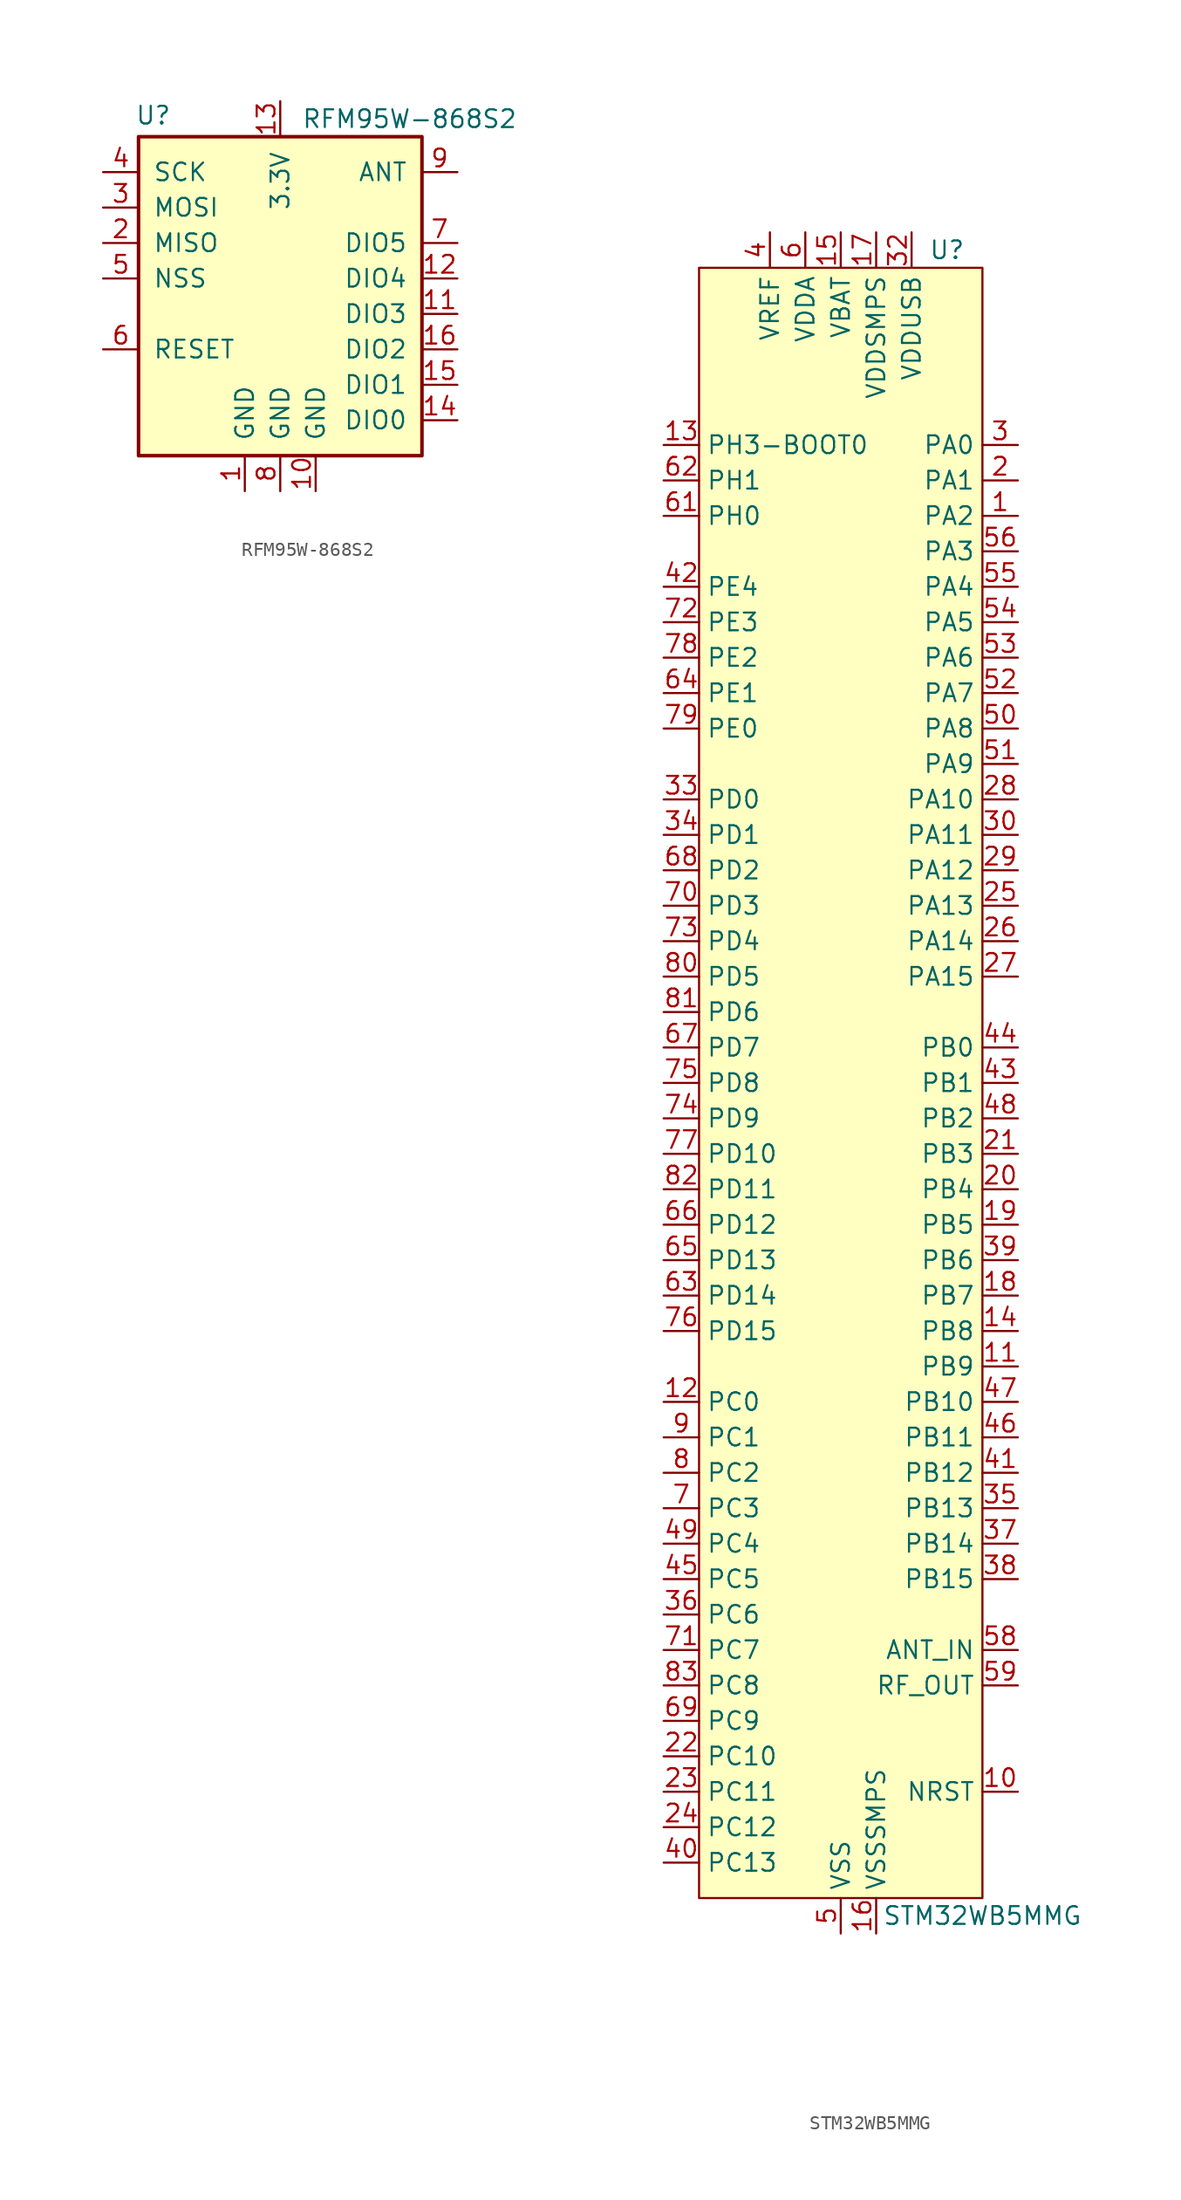
<source format=kicad_sym>
(kicad_symbol_lib
  (version 20231120)
  (generator "kicad_symbol_editor")
  (generator_version "8.0")
  (symbol "RFM95W-868S2"
    (pin_names
      (offset 1.016))
    (property "Reference" "U"
      (at -10.414 11.684 0)
      (effects (font (size 1.27 1.27)) (justify left)))
    (property "Value" "RFM95W-868S2"
      (at 1.524 11.43 0)
      (effects (font (size 1.27 1.27)) (justify left)))
    (symbol "RFM95W-868S2_0_1"
      (rectangle (start -10.16 10.16) (end 10.16 -12.7) (stroke (width 0.254) (type default)) (fill (type background))))
    (symbol "RFM95W-868S2_1_1"
      (pin power_in line (at -2.54 -15.24 90) (length 2.54) (name "GND" (effects (font (size 1.27 1.27)))) (number "1" (effects (font (size 1.27 1.27)))))
      (pin power_in line (at 2.54 -15.24 90) (length 2.54) (name "GND" (effects (font (size 1.27 1.27)))) (number "10" (effects (font (size 1.27 1.27)))))
      (pin bidirectional line (at 12.7 -2.54 180) (length 2.54) (name "DIO3" (effects (font (size 1.27 1.27)))) (number "11" (effects (font (size 1.27 1.27)))))
      (pin bidirectional line (at 12.7 0 180) (length 2.54) (name "DIO4" (effects (font (size 1.27 1.27)))) (number "12" (effects (font (size 1.27 1.27)))))
      (pin power_in line (at 0 12.7 270) (length 2.54) (name "3.3V" (effects (font (size 1.27 1.27)))) (number "13" (effects (font (size 1.27 1.27)))))
      (pin bidirectional line (at 12.7 -10.16 180) (length 2.54) (name "DIO0" (effects (font (size 1.27 1.27)))) (number "14" (effects (font (size 1.27 1.27)))))
      (pin bidirectional line (at 12.7 -7.62 180) (length 2.54) (name "DIO1" (effects (font (size 1.27 1.27)))) (number "15" (effects (font (size 1.27 1.27)))))
      (pin bidirectional line (at 12.7 -5.08 180) (length 2.54) (name "DIO2" (effects (font (size 1.27 1.27)))) (number "16" (effects (font (size 1.27 1.27)))))
      (pin output line (at -12.7 2.54 0) (length 2.54) (name "MISO" (effects (font (size 1.27 1.27)))) (number "2" (effects (font (size 1.27 1.27)))))
      (pin input line (at -12.7 5.08 0) (length 2.54) (name "MOSI" (effects (font (size 1.27 1.27)))) (number "3" (effects (font (size 1.27 1.27)))))
      (pin input line (at -12.7 7.62 0) (length 2.54) (name "SCK" (effects (font (size 1.27 1.27)))) (number "4" (effects (font (size 1.27 1.27)))))
      (pin input line (at -12.7 0 0) (length 2.54) (name "NSS" (effects (font (size 1.27 1.27)))) (number "5" (effects (font (size 1.27 1.27)))))
      (pin bidirectional line (at -12.7 -5.08 0) (length 2.54) (name "RESET" (effects (font (size 1.27 1.27)))) (number "6" (effects (font (size 1.27 1.27)))))
      (pin bidirectional line (at 12.7 2.54 180) (length 2.54) (name "DIO5" (effects (font (size 1.27 1.27)))) (number "7" (effects (font (size 1.27 1.27)))))
      (pin power_in line (at 0 -15.24 90) (length 2.54) (name "GND" (effects (font (size 1.27 1.27)))) (number "8" (effects (font (size 1.27 1.27)))))
      (pin bidirectional line (at 12.7 7.62 180) (length 2.54) (name "ANT" (effects (font (size 1.27 1.27)))) (number "9" (effects (font (size 1.27 1.27)))))))
  (symbol "STM32WB5MMG"
    (property "Reference" "U"
      (at 7.62 59.69 0)
      (effects (font (size 1.27 1.27))))
    (property "Value" "STM32WB5MMG"
      (at 10.16 -59.69 0)
      (effects (font (size 1.27 1.27))))
    (symbol "STM32WB5MMG_1_1"
      (rectangle (start -10.16 58.42) (end 10.16 -58.42) (stroke (width 0) (type default)) (fill (type background)))
      (pin bidirectional line (at 12.7 40.64 180) (length 2.54) (name "PA2" (effects (font (size 1.27 1.27)))) (number "1" (effects (font (size 1.27 1.27)))))
      (pin input line (at 12.7 -50.8 180) (length 2.54) (name "NRST" (effects (font (size 1.27 1.27)))) (number "10" (effects (font (size 1.27 1.27)))))
      (pin bidirectional line (at 12.7 -20.32 180) (length 2.54) (name "PB9" (effects (font (size 1.27 1.27)))) (number "11" (effects (font (size 1.27 1.27)))))
      (pin bidirectional line (at -12.7 -22.86 0) (length 2.54) (name "PC0" (effects (font (size 1.27 1.27)))) (number "12" (effects (font (size 1.27 1.27)))))
      (pin bidirectional line (at -12.7 45.72 0) (length 2.54) (name "PH3-BOOT0" (effects (font (size 1.27 1.27)))) (number "13" (effects (font (size 1.27 1.27)))))
      (pin bidirectional line (at 12.7 -17.78 180) (length 2.54) (name "PB8" (effects (font (size 1.27 1.27)))) (number "14" (effects (font (size 1.27 1.27)))))
      (pin power_in line (at 0 60.96 270) (length 2.54) (name "VBAT" (effects (font (size 1.27 1.27)))) (number "15" (effects (font (size 1.27 1.27)))))
      (pin power_in line (at 2.54 -60.96 90) (length 2.54) (name "VSSSMPS" (effects (font (size 1.27 1.27)))) (number "16" (effects (font (size 1.27 1.27)))))
      (pin power_in line (at 2.54 60.96 270) (length 2.54) (name "VDDSMPS" (effects (font (size 1.27 1.27)))) (number "17" (effects (font (size 1.27 1.27)))))
      (pin bidirectional line (at 12.7 -15.24 180) (length 2.54) (name "PB7" (effects (font (size 1.27 1.27)))) (number "18" (effects (font (size 1.27 1.27)))))
      (pin bidirectional line (at 12.7 -10.16 180) (length 2.54) (name "PB5" (effects (font (size 1.27 1.27)))) (number "19" (effects (font (size 1.27 1.27)))))
      (pin bidirectional line (at 12.7 43.18 180) (length 2.54) (name "PA1" (effects (font (size 1.27 1.27)))) (number "2" (effects (font (size 1.27 1.27)))))
      (pin bidirectional line (at 12.7 -7.62 180) (length 2.54) (name "PB4" (effects (font (size 1.27 1.27)))) (number "20" (effects (font (size 1.27 1.27)))))
      (pin bidirectional line (at 12.7 -5.08 180) (length 2.54) (name "PB3" (effects (font (size 1.27 1.27)))) (number "21" (effects (font (size 1.27 1.27)))))
      (pin bidirectional line (at -12.7 -48.26 0) (length 2.54) (name "PC10" (effects (font (size 1.27 1.27)))) (number "22" (effects (font (size 1.27 1.27)))))
      (pin bidirectional line (at -12.7 -50.8 0) (length 2.54) (name "PC11" (effects (font (size 1.27 1.27)))) (number "23" (effects (font (size 1.27 1.27)))))
      (pin bidirectional line (at -12.7 -53.34 0) (length 2.54) (name "PC12" (effects (font (size 1.27 1.27)))) (number "24" (effects (font (size 1.27 1.27)))))
      (pin bidirectional line (at 12.7 12.7 180) (length 2.54) (name "PA13" (effects (font (size 1.27 1.27)))) (number "25" (effects (font (size 1.27 1.27)))))
      (pin bidirectional line (at 12.7 10.16 180) (length 2.54) (name "PA14" (effects (font (size 1.27 1.27)))) (number "26" (effects (font (size 1.27 1.27)))))
      (pin bidirectional line (at 12.7 7.62 180) (length 2.54) (name "PA15" (effects (font (size 1.27 1.27)))) (number "27" (effects (font (size 1.27 1.27)))))
      (pin bidirectional line (at 12.7 20.32 180) (length 2.54) (name "PA10" (effects (font (size 1.27 1.27)))) (number "28" (effects (font (size 1.27 1.27)))))
      (pin bidirectional line (at 12.7 15.24 180) (length 2.54) (name "PA12" (effects (font (size 1.27 1.27)))) (number "29" (effects (font (size 1.27 1.27)))))
      (pin bidirectional line (at 12.7 45.72 180) (length 2.54) (name "PA0" (effects (font (size 1.27 1.27)))) (number "3" (effects (font (size 1.27 1.27)))))
      (pin bidirectional line (at 12.7 17.78 180) (length 2.54) (name "PA11" (effects (font (size 1.27 1.27)))) (number "30" (effects (font (size 1.27 1.27)))))
      (pin passive line (at 0 -60.96 90) (length 2.54) hide (name "VSS" (effects (font (size 1.27 1.27)))) (number "31" (effects (font (size 1.27 1.27)))))
      (pin power_in line (at 5.08 60.96 270) (length 2.54) (name "VDDUSB" (effects (font (size 1.27 1.27)))) (number "32" (effects (font (size 1.27 1.27)))))
      (pin bidirectional line (at -12.7 20.32 0) (length 2.54) (name "PD0" (effects (font (size 1.27 1.27)))) (number "33" (effects (font (size 1.27 1.27)))))
      (pin bidirectional line (at -12.7 17.78 0) (length 2.54) (name "PD1" (effects (font (size 1.27 1.27)))) (number "34" (effects (font (size 1.27 1.27)))))
      (pin bidirectional line (at 12.7 -30.48 180) (length 2.54) (name "PB13" (effects (font (size 1.27 1.27)))) (number "35" (effects (font (size 1.27 1.27)))))
      (pin bidirectional line (at -12.7 -38.1 0) (length 2.54) (name "PC6" (effects (font (size 1.27 1.27)))) (number "36" (effects (font (size 1.27 1.27)))))
      (pin bidirectional line (at 12.7 -33.02 180) (length 2.54) (name "PB14" (effects (font (size 1.27 1.27)))) (number "37" (effects (font (size 1.27 1.27)))))
      (pin bidirectional line (at 12.7 -35.56 180) (length 2.54) (name "PB15" (effects (font (size 1.27 1.27)))) (number "38" (effects (font (size 1.27 1.27)))))
      (pin bidirectional line (at 12.7 -12.7 180) (length 2.54) (name "PB6" (effects (font (size 1.27 1.27)))) (number "39" (effects (font (size 1.27 1.27)))))
      (pin input line (at -5.08 60.96 270) (length 2.54) (name "VREF" (effects (font (size 1.27 1.27)))) (number "4" (effects (font (size 1.27 1.27)))))
      (pin bidirectional line (at -12.7 -55.88 0) (length 2.54) (name "PC13" (effects (font (size 1.27 1.27)))) (number "40" (effects (font (size 1.27 1.27)))))
      (pin bidirectional line (at 12.7 -27.94 180) (length 2.54) (name "PB12" (effects (font (size 1.27 1.27)))) (number "41" (effects (font (size 1.27 1.27)))))
      (pin bidirectional line (at -12.7 35.56 0) (length 2.54) (name "PE4" (effects (font (size 1.27 1.27)))) (number "42" (effects (font (size 1.27 1.27)))))
      (pin bidirectional line (at 12.7 0 180) (length 2.54) (name "PB1" (effects (font (size 1.27 1.27)))) (number "43" (effects (font (size 1.27 1.27)))))
      (pin bidirectional line (at 12.7 2.54 180) (length 2.54) (name "PB0" (effects (font (size 1.27 1.27)))) (number "44" (effects (font (size 1.27 1.27)))))
      (pin bidirectional line (at -12.7 -35.56 0) (length 2.54) (name "PC5" (effects (font (size 1.27 1.27)))) (number "45" (effects (font (size 1.27 1.27)))))
      (pin bidirectional line (at 12.7 -25.4 180) (length 2.54) (name "PB11" (effects (font (size 1.27 1.27)))) (number "46" (effects (font (size 1.27 1.27)))))
      (pin bidirectional line (at 12.7 -22.86 180) (length 2.54) (name "PB10" (effects (font (size 1.27 1.27)))) (number "47" (effects (font (size 1.27 1.27)))))
      (pin bidirectional line (at 12.7 -2.54 180) (length 2.54) (name "PB2" (effects (font (size 1.27 1.27)))) (number "48" (effects (font (size 1.27 1.27)))))
      (pin bidirectional line (at -12.7 -33.02 0) (length 2.54) (name "PC4" (effects (font (size 1.27 1.27)))) (number "49" (effects (font (size 1.27 1.27)))))
      (pin power_in line (at 0 -60.96 90) (length 2.54) (name "VSS" (effects (font (size 1.27 1.27)))) (number "5" (effects (font (size 1.27 1.27)))))
      (pin bidirectional line (at 12.7 25.4 180) (length 2.54) (name "PA8" (effects (font (size 1.27 1.27)))) (number "50" (effects (font (size 1.27 1.27)))))
      (pin bidirectional line (at 12.7 22.86 180) (length 2.54) (name "PA9" (effects (font (size 1.27 1.27)))) (number "51" (effects (font (size 1.27 1.27)))))
      (pin bidirectional line (at 12.7 27.94 180) (length 2.54) (name "PA7" (effects (font (size 1.27 1.27)))) (number "52" (effects (font (size 1.27 1.27)))))
      (pin bidirectional line (at 12.7 30.48 180) (length 2.54) (name "PA6" (effects (font (size 1.27 1.27)))) (number "53" (effects (font (size 1.27 1.27)))))
      (pin bidirectional line (at 12.7 33.02 180) (length 2.54) (name "PA5" (effects (font (size 1.27 1.27)))) (number "54" (effects (font (size 1.27 1.27)))))
      (pin bidirectional line (at 12.7 35.56 180) (length 2.54) (name "PA4" (effects (font (size 1.27 1.27)))) (number "55" (effects (font (size 1.27 1.27)))))
      (pin bidirectional line (at 12.7 38.1 180) (length 2.54) (name "PA3" (effects (font (size 1.27 1.27)))) (number "56" (effects (font (size 1.27 1.27)))))
      (pin passive line (at 0 -60.96 90) (length 2.54) hide (name "VSS" (effects (font (size 1.27 1.27)))) (number "57" (effects (font (size 1.27 1.27)))))
      (pin passive line (at 12.7 -40.64 180) (length 2.54) (name "ANT_IN" (effects (font (size 1.27 1.27)))) (number "58" (effects (font (size 1.27 1.27)))))
      (pin passive line (at 12.7 -43.18 180) (length 2.54) (name "RF_OUT" (effects (font (size 1.27 1.27)))) (number "59" (effects (font (size 1.27 1.27)))))
      (pin power_in line (at -2.54 60.96 270) (length 2.54) (name "VDDA" (effects (font (size 1.27 1.27)))) (number "6" (effects (font (size 1.27 1.27)))))
      (pin passive line (at 0 -60.96 90) (length 2.54) hide (name "VSS" (effects (font (size 1.27 1.27)))) (number "60" (effects (font (size 1.27 1.27)))))
      (pin bidirectional line (at -12.7 40.64 0) (length 2.54) (name "PH0" (effects (font (size 1.27 1.27)))) (number "61" (effects (font (size 1.27 1.27)))))
      (pin bidirectional line (at -12.7 43.18 0) (length 2.54) (name "PH1" (effects (font (size 1.27 1.27)))) (number "62" (effects (font (size 1.27 1.27)))))
      (pin bidirectional line (at -12.7 -15.24 0) (length 2.54) (name "PD14" (effects (font (size 1.27 1.27)))) (number "63" (effects (font (size 1.27 1.27)))))
      (pin bidirectional line (at -12.7 27.94 0) (length 2.54) (name "PE1" (effects (font (size 1.27 1.27)))) (number "64" (effects (font (size 1.27 1.27)))))
      (pin bidirectional line (at -12.7 -12.7 0) (length 2.54) (name "PD13" (effects (font (size 1.27 1.27)))) (number "65" (effects (font (size 1.27 1.27)))))
      (pin bidirectional line (at -12.7 -10.16 0) (length 2.54) (name "PD12" (effects (font (size 1.27 1.27)))) (number "66" (effects (font (size 1.27 1.27)))))
      (pin bidirectional line (at -12.7 2.54 0) (length 2.54) (name "PD7" (effects (font (size 1.27 1.27)))) (number "67" (effects (font (size 1.27 1.27)))))
      (pin bidirectional line (at -12.7 15.24 0) (length 2.54) (name "PD2" (effects (font (size 1.27 1.27)))) (number "68" (effects (font (size 1.27 1.27)))))
      (pin bidirectional line (at -12.7 -45.72 0) (length 2.54) (name "PC9" (effects (font (size 1.27 1.27)))) (number "69" (effects (font (size 1.27 1.27)))))
      (pin bidirectional line (at -12.7 -30.48 0) (length 2.54) (name "PC3" (effects (font (size 1.27 1.27)))) (number "7" (effects (font (size 1.27 1.27)))))
      (pin bidirectional line (at -12.7 12.7 0) (length 2.54) (name "PD3" (effects (font (size 1.27 1.27)))) (number "70" (effects (font (size 1.27 1.27)))))
      (pin bidirectional line (at -12.7 -40.64 0) (length 2.54) (name "PC7" (effects (font (size 1.27 1.27)))) (number "71" (effects (font (size 1.27 1.27)))))
      (pin bidirectional line (at -12.7 33.02 0) (length 2.54) (name "PE3" (effects (font (size 1.27 1.27)))) (number "72" (effects (font (size 1.27 1.27)))))
      (pin bidirectional line (at -12.7 10.16 0) (length 2.54) (name "PD4" (effects (font (size 1.27 1.27)))) (number "73" (effects (font (size 1.27 1.27)))))
      (pin bidirectional line (at -12.7 -2.54 0) (length 2.54) (name "PD9" (effects (font (size 1.27 1.27)))) (number "74" (effects (font (size 1.27 1.27)))))
      (pin bidirectional line (at -12.7 0 0) (length 2.54) (name "PD8" (effects (font (size 1.27 1.27)))) (number "75" (effects (font (size 1.27 1.27)))))
      (pin bidirectional line (at -12.7 -17.78 0) (length 2.54) (name "PD15" (effects (font (size 1.27 1.27)))) (number "76" (effects (font (size 1.27 1.27)))))
      (pin bidirectional line (at -12.7 -5.08 0) (length 2.54) (name "PD10" (effects (font (size 1.27 1.27)))) (number "77" (effects (font (size 1.27 1.27)))))
      (pin bidirectional line (at -12.7 30.48 0) (length 2.54) (name "PE2" (effects (font (size 1.27 1.27)))) (number "78" (effects (font (size 1.27 1.27)))))
      (pin bidirectional line (at -12.7 25.4 0) (length 2.54) (name "PE0" (effects (font (size 1.27 1.27)))) (number "79" (effects (font (size 1.27 1.27)))))
      (pin bidirectional line (at -12.7 -27.94 0) (length 2.54) (name "PC2" (effects (font (size 1.27 1.27)))) (number "8" (effects (font (size 1.27 1.27)))))
      (pin bidirectional line (at -12.7 7.62 0) (length 2.54) (name "PD5" (effects (font (size 1.27 1.27)))) (number "80" (effects (font (size 1.27 1.27)))))
      (pin bidirectional line (at -12.7 5.08 0) (length 2.54) (name "PD6" (effects (font (size 1.27 1.27)))) (number "81" (effects (font (size 1.27 1.27)))))
      (pin bidirectional line (at -12.7 -7.62 0) (length 2.54) (name "PD11" (effects (font (size 1.27 1.27)))) (number "82" (effects (font (size 1.27 1.27)))))
      (pin bidirectional line (at -12.7 -43.18 0) (length 2.54) (name "PC8" (effects (font (size 1.27 1.27)))) (number "83" (effects (font (size 1.27 1.27)))))
      (pin passive line (at 0 -60.96 90) (length 2.54) hide (name "VSS" (effects (font (size 1.27 1.27)))) (number "84" (effects (font (size 1.27 1.27)))))
      (pin no_connect line (at 10.16 -45.72 180) (length 2.54) hide (name "ANT_NC" (effects (font (size 1.27 1.27)))) (number "85" (effects (font (size 1.27 1.27)))))
      (pin passive line (at 0 -60.96 90) (length 2.54) hide (name "VSS" (effects (font (size 1.27 1.27)))) (number "86" (effects (font (size 1.27 1.27)))))
      (pin bidirectional line (at -12.7 -25.4 0) (length 2.54) (name "PC1" (effects (font (size 1.27 1.27)))) (number "9" (effects (font (size 1.27 1.27))))))))
</source>
